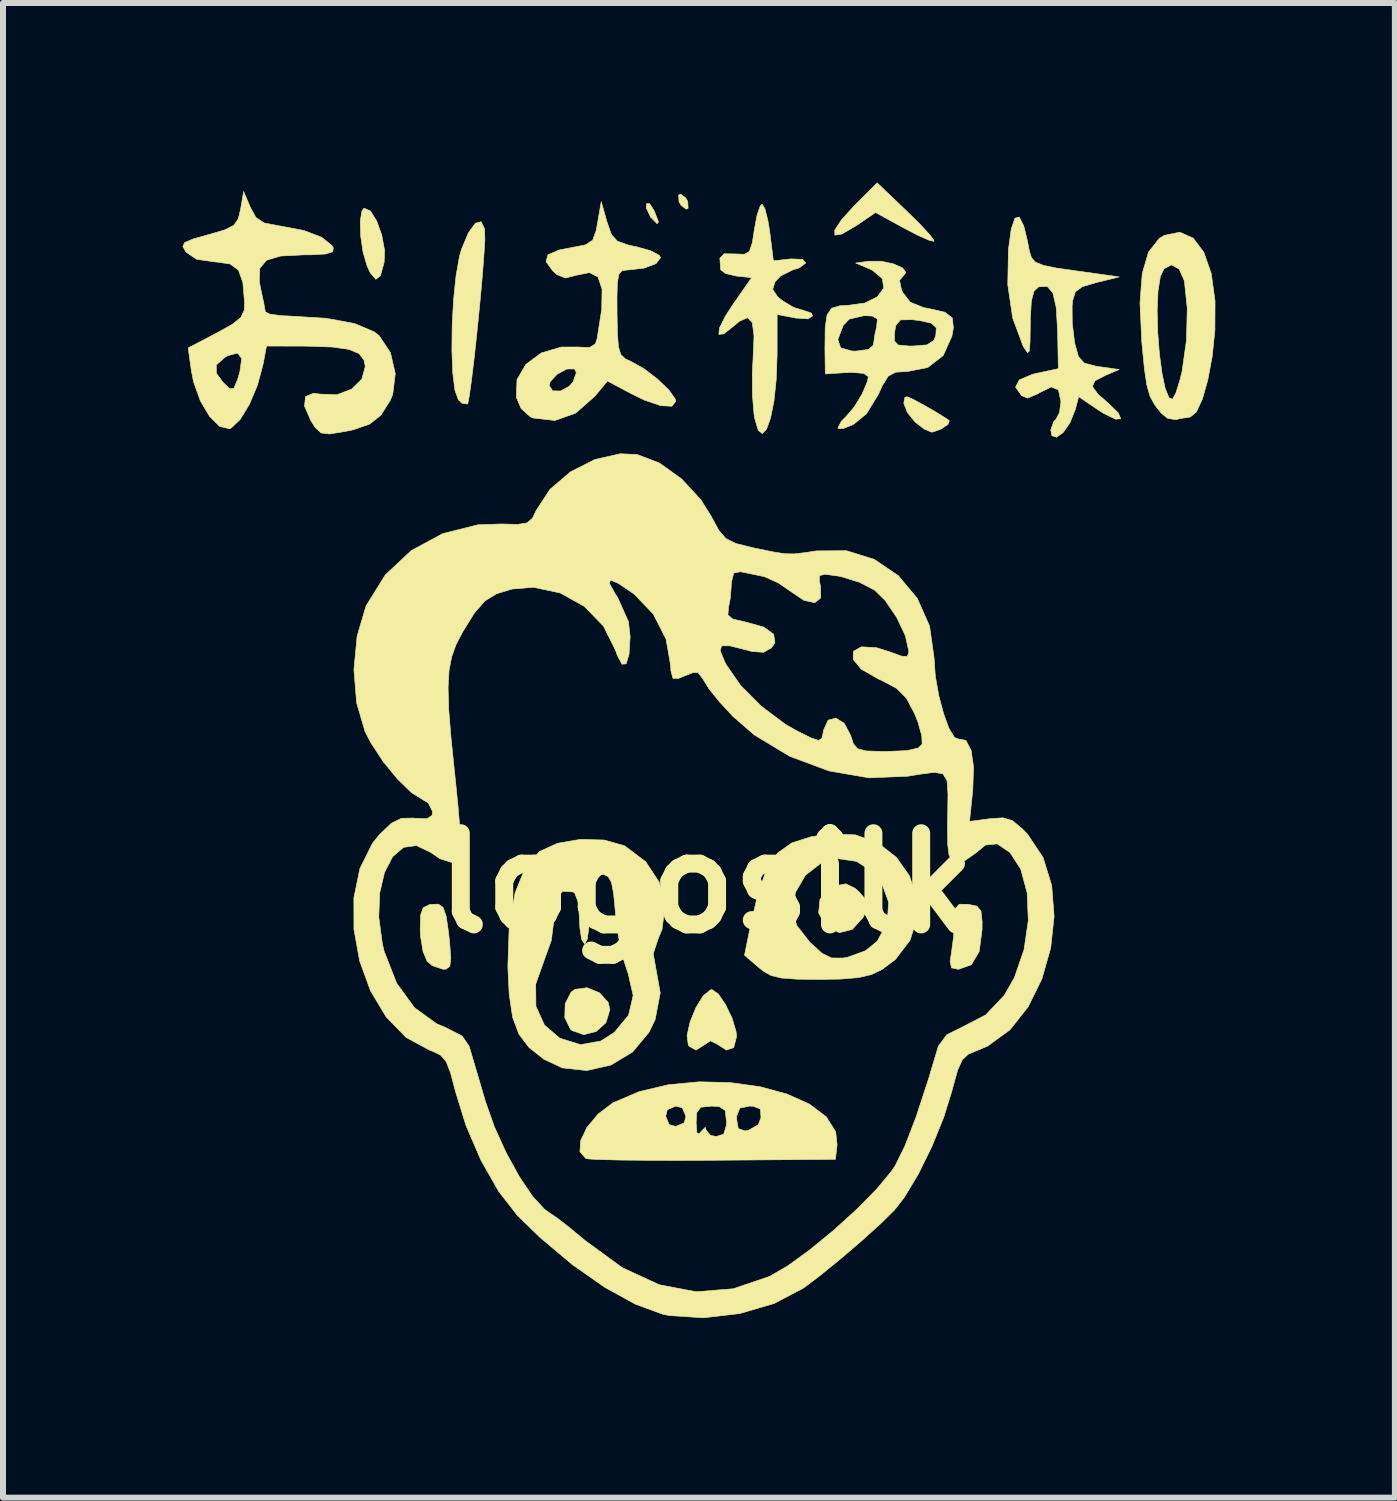
<source format=kicad_pcb>
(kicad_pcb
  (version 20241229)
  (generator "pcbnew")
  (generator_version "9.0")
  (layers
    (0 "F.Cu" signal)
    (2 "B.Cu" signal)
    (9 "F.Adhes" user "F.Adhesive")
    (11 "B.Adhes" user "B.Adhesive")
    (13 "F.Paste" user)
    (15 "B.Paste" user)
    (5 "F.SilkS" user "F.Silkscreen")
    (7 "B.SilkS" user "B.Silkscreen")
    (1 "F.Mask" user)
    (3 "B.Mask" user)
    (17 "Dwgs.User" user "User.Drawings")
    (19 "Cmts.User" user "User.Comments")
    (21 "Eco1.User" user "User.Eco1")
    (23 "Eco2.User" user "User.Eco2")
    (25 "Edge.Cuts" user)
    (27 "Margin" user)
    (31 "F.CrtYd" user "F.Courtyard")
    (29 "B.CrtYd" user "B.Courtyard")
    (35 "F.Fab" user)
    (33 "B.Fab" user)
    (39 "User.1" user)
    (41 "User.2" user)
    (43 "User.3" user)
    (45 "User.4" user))
  (footprint "logosilk"
    (layer "F.Cu")
    (at 8.75 11.707)
    (property "Reference" "logosilk" (at 0 0 0) (layer "F.SilkS") (effects (font (size 1.524 1.524) (thickness 0.3))))
    (attr through_hole)
    (fp_poly (pts (xy -0.34 -11.447) (xy -0.308 -11.388) (xy -0.302 -11.278) (xy -0.332 -11.261) (xy -0.422 -11.328) (xy -0.454 -11.388) (xy -0.46 -11.497) (xy -0.43 -11.515) (xy -0.34 -11.447)) (stroke (width 0.01) (type solid)) (fill yes) (layer "F.SilkS"))
    (fp_poly (pts (xy -0.869 -11.235) (xy -0.866 -11.228) (xy -0.798 -11.052) (xy -0.819 -11.018) (xy -0.928 -11.129) (xy -0.929 -11.131) (xy -1.001 -11.281) (xy -1 -11.352) (xy -0.948 -11.357) (xy -0.869 -11.235)) (stroke (width 0.01) (type solid)) (fill yes) (layer "F.SilkS"))
    (fp_poly (pts (xy -1.783 1.832) (xy -1.638 1.992) (xy -1.609 2.113) (xy -1.675 2.33) (xy -1.839 2.479) (xy -2.046 2.531) (xy -2.243 2.462) (xy -2.269 2.438) (xy -2.363 2.246) (xy -2.356 2.014) (xy -2.258 1.822) (xy -2.196 1.775) (xy -1.991 1.747) (xy -1.783 1.832)) (stroke (width 0.01) (type solid)) (fill yes) (layer "F.SilkS"))
    (fp_poly (pts (xy -5.61 -11.231) (xy -5.506 -11.066) (xy -5.422 -10.832) (xy -5.375 -10.58) (xy -5.381 -10.376) (xy -5.444 -10.149) (xy -5.52 -10.09) (xy -5.613 -10.198) (xy -5.666 -10.313) (xy -5.734 -10.546) (xy -5.773 -10.813) (xy -5.78 -11.06) (xy -5.753 -11.232) (xy -5.715 -11.278) (xy -5.61 -11.231)) (stroke (width 0.01) (type solid)) (fill yes) (layer "F.SilkS"))
    (fp_poly (pts (xy 2.49 0.087) (xy 2.562 0.154) (xy 2.686 0.299) (xy 2.695 0.422) (xy 2.621 0.573) (xy 2.441 0.772) (xy 2.225 0.827) (xy 2.013 0.73) (xy 1.996 0.714) (xy 1.879 0.498) (xy 1.901 0.272) (xy 2.048 0.093) (xy 2.14 0.048) (xy 2.334 0.011) (xy 2.49 0.087)) (stroke (width 0.01) (type solid)) (fill yes) (layer "F.SilkS"))
    (fp_poly (pts (xy 3.448 -8.089) (xy 3.626 -7.994) (xy 3.83 -7.877) (xy 4.001 -7.771) (xy 4.062 -7.728) (xy 4.04 -7.667) (xy 3.929 -7.59) (xy 3.794 -7.54) (xy 3.762 -7.537) (xy 3.641 -7.589) (xy 3.487 -7.708) (xy 3.362 -7.865) (xy 3.301 -8.02) (xy 3.32 -8.117) (xy 3.356 -8.128) (xy 3.448 -8.089)) (stroke (width 0.01) (type solid)) (fill yes) (layer "F.SilkS"))
    (fp_poly (pts (xy 3.35 -11.23) (xy 3.575 -11.009) (xy 3.736 -10.834) (xy 3.806 -10.735) (xy 3.806 -10.725) (xy 3.718 -10.745) (xy 3.527 -10.83) (xy 3.299 -10.949) (xy 2.83 -11.206) (xy 2.495 -10.979) (xy 2.266 -10.846) (xy 2.15 -10.828) (xy 2.148 -10.911) (xy 2.26 -11.084) (xy 2.476 -11.322) (xy 2.856 -11.702) (xy 3.35 -11.23)) (stroke (width 0.01) (type solid)) (fill yes) (layer "F.SilkS"))
    (fp_poly (pts (xy 4.381 0.354) (xy 4.523 0.384) (xy 4.591 0.464) (xy 4.61 0.641) (xy 4.609 0.776) (xy 4.562 1.141) (xy 4.43 1.363) (xy 4.216 1.439) (xy 4.212 1.439) (xy 4.099 1.415) (xy 4.075 1.309) (xy 4.096 1.175) (xy 4.134 0.891) (xy 4.149 0.619) (xy 4.162 0.424) (xy 4.229 0.352) (xy 4.381 0.354)) (stroke (width 0.01) (type solid)) (fill yes) (layer "F.SilkS"))
    (fp_poly (pts (xy -4.396 0.406) (xy -4.345 0.551) (xy -4.306 0.818) (xy -4.287 0.995) (xy -4.267 1.255) (xy -4.284 1.389) (xy -4.347 1.436) (xy -4.396 1.439) (xy -4.577 1.378) (xy -4.663 1.305) (xy -4.731 1.142) (xy -4.773 0.889) (xy -4.779 0.776) (xy -4.772 0.532) (xy -4.728 0.409) (xy -4.628 0.36) (xy -4.593 0.354) (xy -4.473 0.351) (xy -4.396 0.406)) (stroke (width 0.01) (type solid)) (fill yes) (layer "F.SilkS"))
    (fp_poly (pts (xy 0.201 1.85) (xy 0.323 2.028) (xy 0.433 2.257) (xy 0.499 2.479) (xy 0.508 2.561) (xy 0.46 2.747) (xy 0.337 2.789) (xy 0.186 2.692) (xy 0.071 2.634) (xy -0.017 2.692) (xy -0.17 2.789) (xy -0.286 2.725) (xy -0.299 2.705) (xy -0.32 2.546) (xy -0.269 2.318) (xy -0.17 2.076) (xy -0.047 1.878) (xy 0.076 1.781) (xy 0.096 1.778) (xy 0.201 1.85)) (stroke (width 0.01) (type solid)) (fill yes) (layer "F.SilkS"))
    (fp_poly (pts (xy -3.704 -10.935) (xy -3.698 -10.753) (xy -3.718 -10.438) (xy -3.749 -10.048) (xy -3.789 -9.617) (xy -3.833 -9.179) (xy -3.878 -8.766) (xy -3.921 -8.412) (xy -3.957 -8.151) (xy -3.983 -8.016) (xy -3.988 -8.006) (xy -4.076 -8.017) (xy -4.141 -8.076) (xy -4.198 -8.235) (xy -4.234 -8.522) (xy -4.249 -8.897) (xy -4.245 -9.32) (xy -4.221 -9.75) (xy -4.18 -10.149) (xy -4.122 -10.475) (xy -4.091 -10.586) (xy -3.972 -10.87) (xy -3.856 -11.028) (xy -3.761 -11.052) (xy -3.704 -10.935)) (stroke (width 0.01) (type solid)) (fill yes) (layer "F.SilkS"))
    (fp_poly (pts (xy 2.495 -0.807) (xy 2.876 -0.668) (xy 3.18 -0.43) (xy 3.396 -0.122) (xy 3.512 0.229) (xy 3.519 0.597) (xy 3.406 0.955) (xy 3.161 1.275) (xy 2.938 1.443) (xy 2.762 1.527) (xy 2.543 1.578) (xy 2.238 1.603) (xy 1.889 1.608) (xy 1.51 1.604) (xy 1.256 1.585) (xy 1.085 1.543) (xy 0.953 1.469) (xy 0.875 1.406) (xy 0.64 1.204) (xy 0.75 0.665) (xy 0.796 0.47) (xy 1.439 0.47) (xy 1.515 0.71) (xy 1.731 0.986) (xy 1.738 0.993) (xy 1.936 1.173) (xy 2.094 1.25) (xy 2.28 1.251) (xy 2.352 1.241) (xy 2.661 1.129) (xy 2.857 0.972) (xy 3.026 0.66) (xy 3.048 0.315) (xy 2.927 -0.017) (xy 2.801 -0.176) (xy 2.513 -0.364) (xy 2.204 -0.409) (xy 1.907 -0.326) (xy 1.658 -0.133) (xy 1.491 0.154) (xy 1.439 0.47) (xy 0.796 0.47) (xy 0.874 0.141) (xy 1.014 -0.24) (xy 1.192 -0.503) (xy 1.43 -0.673) (xy 1.751 -0.775) (xy 2.046 -0.822) (xy 2.495 -0.807)) (stroke (width 0.01) (type solid)) (fill yes) (layer "F.SilkS"))
    (fp_poly (pts (xy 8.137 -10.778) (xy 8.314 -10.543) (xy 8.439 -10.187) (xy 8.502 -9.727) (xy 8.5 -9.24) (xy 8.455 -8.805) (xy 8.382 -8.411) (xy 8.291 -8.089) (xy 8.189 -7.871) (xy 8.087 -7.789) (xy 8.086 -7.789) (xy 7.902 -7.76) (xy 7.854 -7.744) (xy 7.713 -7.766) (xy 7.606 -7.85) (xy 7.494 -7.992) (xy 7.416 -8.136) (xy 7.363 -8.32) (xy 7.323 -8.586) (xy 7.285 -8.975) (xy 7.278 -9.049) (xy 7.254 -9.57) (xy 7.535 -9.57) (xy 7.544 -9.212) (xy 7.572 -8.852) (xy 7.615 -8.525) (xy 7.669 -8.266) (xy 7.733 -8.111) (xy 7.792 -8.087) (xy 7.847 -8.188) (xy 7.914 -8.399) (xy 7.952 -8.556) (xy 8.025 -9.073) (xy 8.038 -9.607) (xy 7.99 -10.065) (xy 7.903 -10.261) (xy 7.774 -10.331) (xy 7.649 -10.267) (xy 7.589 -10.139) (xy 7.549 -9.891) (xy 7.535 -9.57) (xy 7.254 -9.57) (xy 7.248 -9.693) (xy 7.286 -10.188) (xy 7.391 -10.545) (xy 7.568 -10.771) (xy 7.656 -10.825) (xy 7.914 -10.877) (xy 8.137 -10.778)) (stroke (width 0.01) (type solid)) (fill yes) (layer "F.SilkS"))
    (fp_poly (pts (xy 0.981 -11.269) (xy 1.031 -11.072) (xy 1.063 -10.872) (xy 1.122 -10.398) (xy 1.409 -10.431) (xy 1.611 -10.424) (xy 1.663 -10.363) (xy 1.56 -10.283) (xy 1.441 -10.245) (xy 1.245 -10.147) (xy 1.151 -10.049) (xy 1.111 -9.921) (xy 1.192 -9.8) (xy 1.27 -9.735) (xy 1.466 -9.617) (xy 1.63 -9.569) (xy 1.756 -9.526) (xy 1.778 -9.479) (xy 1.703 -9.429) (xy 1.496 -9.443) (xy 1.482 -9.446) (xy 1.185 -9.502) (xy 1.185 -8.836) (xy 1.17 -8.415) (xy 1.132 -8.055) (xy 1.075 -7.773) (xy 1.008 -7.586) (xy 0.938 -7.512) (xy 0.869 -7.567) (xy 0.81 -7.769) (xy 0.799 -7.839) (xy 0.773 -8.147) (xy 0.771 -8.522) (xy 0.783 -8.762) (xy 0.799 -9.143) (xy 0.77 -9.368) (xy 0.691 -9.448) (xy 0.556 -9.39) (xy 0.47 -9.318) (xy 0.295 -9.179) (xy 0.211 -9.169) (xy 0.221 -9.274) (xy 0.323 -9.48) (xy 0.45 -9.674) (xy 0.76 -10.118) (xy 0.507 -10.144) (xy 0.324 -10.186) (xy 0.241 -10.25) (xy 0.228 -10.443) (xy 0.299 -10.517) (xy 0.478 -10.514) (xy 0.636 -10.508) (xy 0.722 -10.555) (xy 0.77 -10.698) (xy 0.804 -10.917) (xy 0.849 -11.159) (xy 0.903 -11.315) (xy 0.933 -11.345) (xy 0.981 -11.269)) (stroke (width 0.01) (type solid)) (fill yes) (layer "F.SilkS"))
    (fp_poly (pts (xy 0.402 3.332) (xy 0.898 3.401) (xy 1.348 3.523) (xy 1.726 3.692) (xy 2.006 3.904) (xy 2.164 4.154) (xy 2.187 4.372) (xy 2.159 4.614) (xy 0.127 4.63) (xy -0.447 4.632) (xy -0.967 4.631) (xy -1.408 4.627) (xy -1.745 4.619) (xy -1.955 4.609) (xy -2.011 4.601) (xy -2.11 4.487) (xy -2.098 4.301) (xy -1.991 4.079) (xy -1.837 3.895) (xy -0.677 3.895) (xy -0.617 4.036) (xy -0.508 4.064) (xy -0.366 4.004) (xy -0.366 4) (xy -0.168 4) (xy -0.156 4.171) (xy -0.116 4.19) (xy -0.085 4.149) (xy -0.016 4.08) (xy -0.001 4.128) (xy 0.071 4.213) (xy 0.169 4.233) (xy 0.293 4.193) (xy 0.337 4.045) (xy 0.339 3.979) (xy 0.334 3.943) (xy 0.508 3.943) (xy 0.536 4.101) (xy 0.647 4.139) (xy 0.699 4.133) (xy 0.87 4.037) (xy 0.916 3.916) (xy 0.905 3.774) (xy 0.784 3.727) (xy 0.726 3.725) (xy 0.562 3.758) (xy 0.51 3.889) (xy 0.508 3.943) (xy 0.334 3.943) (xy 0.318 3.799) (xy 0.219 3.733) (xy 0.085 3.725) (xy -0.09 3.744) (xy -0.158 3.834) (xy -0.168 4) (xy -0.366 4) (xy -0.339 3.895) (xy -0.399 3.753) (xy -0.508 3.725) (xy -0.65 3.785) (xy -0.677 3.895) (xy -1.837 3.895) (xy -1.807 3.858) (xy -1.564 3.675) (xy -1.553 3.668) (xy -1.119 3.483) (xy -0.632 3.368) (xy -0.117 3.319) (xy 0.402 3.332)) (stroke (width 0.01) (type solid)) (fill yes) (layer "F.SilkS"))
    (fp_poly (pts (xy -1.706 -0.721) (xy -1.371 -0.627) (xy -1.356 -0.619) (xy -1.01 -0.357) (xy -0.783 -0.013) (xy -0.688 0.375) (xy -0.738 0.772) (xy -0.804 0.931) (xy -0.885 1.179) (xy -0.846 1.398) (xy -0.768 1.834) (xy -0.853 2.278) (xy -0.954 2.489) (xy -1.231 2.822) (xy -1.592 3.039) (xy -1.997 3.131) (xy -2.405 3.086) (xy -2.713 2.942) (xy -2.96 2.746) (xy -3.129 2.524) (xy -3.235 2.239) (xy -3.292 1.855) (xy -3.3 1.688) (xy -2.849 1.688) (xy -2.845 2.058) (xy -2.702 2.372) (xy -2.446 2.591) (xy -2.1 2.698) (xy -1.762 2.638) (xy -1.537 2.495) (xy -1.297 2.207) (xy -1.22 1.878) (xy -1.306 1.502) (xy -1.319 1.469) (xy -1.399 1.217) (xy -1.469 0.872) (xy -1.515 0.508) (xy -1.546 0.182) (xy -1.582 -0.012) (xy -1.638 -0.11) (xy -1.726 -0.149) (xy -1.757 -0.154) (xy -1.856 -0.158) (xy -1.913 -0.111) (xy -1.939 0.021) (xy -1.947 0.273) (xy -1.947 0.417) (xy -1.958 0.724) (xy -1.988 0.936) (xy -2.031 1.016) (xy -2.032 1.016) (xy -2.081 0.94) (xy -2.111 0.746) (xy -2.117 0.6) (xy -2.138 0.32) (xy -2.197 0.165) (xy -2.223 0.147) (xy -2.399 0.135) (xy -2.502 0.259) (xy -2.539 0.53) (xy -2.54 0.582) (xy -2.589 0.96) (xy -2.709 1.292) (xy -2.849 1.688) (xy -3.3 1.688) (xy -3.314 1.394) (xy -3.291 0.715) (xy -3.193 0.161) (xy -3.023 -0.257) (xy -2.789 -0.527) (xy -2.487 -0.666) (xy -2.102 -0.732) (xy -1.706 -0.721)) (stroke (width 0.01) (type solid)) (fill yes) (layer "F.SilkS"))
    (fp_poly (pts (xy 5.305 -10.985) (xy 5.368 -10.73) (xy 5.399 -10.566) (xy 5.434 -10.452) (xy 5.502 -10.376) (xy 5.632 -10.323) (xy 5.853 -10.278) (xy 6.195 -10.229) (xy 6.477 -10.19) (xy 6.9 -10.13) (xy 6.519 -10.036) (xy 6.284 -9.966) (xy 6.168 -9.881) (xy 6.123 -9.734) (xy 6.114 -9.648) (xy 6.116 -9.363) (xy 6.153 -9.052) (xy 6.159 -9.017) (xy 6.22 -8.797) (xy 6.318 -8.689) (xy 6.511 -8.639) (xy 6.565 -8.63) (xy 6.9 -8.583) (xy 6.668 -8.484) (xy 6.494 -8.393) (xy 6.453 -8.299) (xy 6.547 -8.169) (xy 6.709 -8.029) (xy 6.887 -7.855) (xy 6.926 -7.76) (xy 6.84 -7.753) (xy 6.643 -7.848) (xy 6.548 -7.909) (xy 6.224 -8.129) (xy 6.166 -7.912) (xy 6.079 -7.694) (xy 5.966 -7.532) (xy 5.855 -7.452) (xy 5.777 -7.476) (xy 5.757 -7.573) (xy 5.809 -7.717) (xy 5.842 -7.747) (xy 5.903 -7.861) (xy 5.927 -8.048) (xy 5.886 -8.243) (xy 5.764 -8.291) (xy 5.559 -8.19) (xy 5.541 -8.177) (xy 5.37 -8.105) (xy 5.271 -8.145) (xy 5.169 -8.289) (xy 5.233 -8.41) (xy 5.459 -8.505) (xy 5.524 -8.52) (xy 5.884 -8.597) (xy 5.872 -9.217) (xy 5.849 -9.615) (xy 5.793 -9.861) (xy 5.698 -9.972) (xy 5.556 -9.964) (xy 5.551 -9.962) (xy 5.476 -9.89) (xy 5.433 -9.725) (xy 5.416 -9.433) (xy 5.415 -9.337) (xy 5.411 -9.04) (xy 5.398 -8.889) (xy 5.369 -8.864) (xy 5.315 -8.942) (xy 5.291 -8.986) (xy 5.121 -9.443) (xy 5.039 -10.002) (xy 5.05 -10.587) (xy 5.097 -10.93) (xy 5.159 -11.112) (xy 5.23 -11.131) (xy 5.305 -10.985)) (stroke (width 0.01) (type solid)) (fill yes) (layer "F.SilkS"))
    (fp_poly (pts (xy -1.658 -11.049) (xy -1.585 -10.84) (xy -1.484 -10.727) (xy -1.297 -10.661) (xy -1.162 -10.633) (xy -0.929 -10.568) (xy -0.785 -10.491) (xy -0.762 -10.452) (xy -0.839 -10.352) (xy -1.037 -10.277) (xy -1.31 -10.246) (xy -1.32 -10.246) (xy -1.406 -10.234) (xy -1.458 -10.177) (xy -1.484 -10.042) (xy -1.491 -9.796) (xy -1.49 -9.527) (xy -1.483 -9.177) (xy -1.466 -8.959) (xy -1.427 -8.833) (xy -1.353 -8.762) (xy -1.245 -8.711) (xy -1.033 -8.591) (xy -0.81 -8.42) (xy -0.622 -8.239) (xy -0.517 -8.09) (xy -0.508 -8.052) (xy -0.574 -7.969) (xy -0.757 -7.978) (xy -1.033 -8.072) (xy -1.243 -8.174) (xy -1.649 -8.39) (xy -1.862 -8.135) (xy -2.181 -7.854) (xy -2.528 -7.731) (xy -2.888 -7.772) (xy -2.934 -7.789) (xy -3.092 -7.93) (xy -3.173 -8.119) (xy -3.165 -8.319) (xy -2.625 -8.319) (xy -2.567 -8.226) (xy -2.433 -8.224) (xy -2.287 -8.304) (xy -2.223 -8.378) (xy -2.17 -8.531) (xy -2.2 -8.593) (xy -2.331 -8.591) (xy -2.492 -8.503) (xy -2.607 -8.379) (xy -2.625 -8.319) (xy -3.165 -8.319) (xy -3.161 -8.415) (xy -3.012 -8.67) (xy -2.755 -8.86) (xy -2.423 -8.958) (xy -2.158 -8.959) (xy -1.95 -8.951) (xy -1.853 -9.01) (xy -1.823 -9.097) (xy -1.746 -9.585) (xy -1.74 -9.926) (xy -1.808 -10.129) (xy -1.952 -10.202) (xy -2.156 -10.161) (xy -2.352 -10.112) (xy -2.494 -10.168) (xy -2.565 -10.232) (xy -2.677 -10.388) (xy -2.642 -10.501) (xy -2.453 -10.581) (xy -2.251 -10.62) (xy -2.018 -10.665) (xy -1.898 -10.742) (xy -1.839 -10.901) (xy -1.815 -11.032) (xy -1.754 -11.388) (xy -1.658 -11.049)) (stroke (width 0.01) (type solid)) (fill yes) (layer "F.SilkS"))
    (fp_poly (pts (xy 3.126 -10.349) (xy 3.279 -10.282) (xy 3.337 -10.206) (xy 3.304 -10.161) (xy 3.23 -10.073) (xy 3.26 -9.925) (xy 3.283 -9.871) (xy 3.41 -9.707) (xy 3.634 -9.617) (xy 3.725 -9.6) (xy 3.988 -9.54) (xy 4.112 -9.446) (xy 4.13 -9.279) (xy 4.105 -9.138) (xy 3.96 -8.816) (xy 3.701 -8.616) (xy 3.368 -8.551) (xy 3.165 -8.538) (xy 3.041 -8.472) (xy 2.941 -8.31) (xy 2.881 -8.175) (xy 2.679 -7.844) (xy 2.46 -7.665) (xy 2.29 -7.596) (xy 2.204 -7.598) (xy 2.201 -7.607) (xy 2.259 -7.719) (xy 2.334 -7.794) (xy 2.472 -7.954) (xy 2.606 -8.176) (xy 2.695 -8.385) (xy 2.709 -8.464) (xy 2.633 -8.518) (xy 2.429 -8.535) (xy 2.349 -8.532) (xy 1.99 -8.509) (xy 1.984 -8.932) (xy 1.986 -9.084) (xy 2.2 -9.084) (xy 2.246 -8.946) (xy 2.433 -8.892) (xy 2.498 -8.89) (xy 2.71 -8.918) (xy 2.795 -8.991) (xy 2.795 -8.996) (xy 2.803 -9.058) (xy 3.145 -9.058) (xy 3.21 -8.992) (xy 3.389 -8.975) (xy 3.456 -8.975) (xy 3.687 -8.994) (xy 3.802 -9.068) (xy 3.836 -9.149) (xy 3.845 -9.28) (xy 3.763 -9.357) (xy 3.559 -9.402) (xy 3.429 -9.416) (xy 3.246 -9.412) (xy 3.169 -9.322) (xy 3.148 -9.207) (xy 3.145 -9.058) (xy 2.803 -9.058) (xy 2.817 -9.159) (xy 2.847 -9.292) (xy 2.861 -9.425) (xy 2.777 -9.476) (xy 2.638 -9.483) (xy 2.39 -9.425) (xy 2.289 -9.319) (xy 2.2 -9.084) (xy 1.986 -9.084) (xy 1.988 -9.283) (xy 2.02 -9.497) (xy 2.097 -9.608) (xy 2.236 -9.648) (xy 2.344 -9.652) (xy 2.649 -9.693) (xy 2.862 -9.799) (xy 2.966 -9.943) (xy 2.944 -10.099) (xy 2.78 -10.24) (xy 2.731 -10.263) (xy 2.498 -10.362) (xy 2.714 -10.392) (xy 2.923 -10.392) (xy 3.126 -10.349)) (stroke (width 0.01) (type solid)) (fill yes) (layer "F.SilkS"))
    (fp_poly (pts (xy -7.617 -11.292) (xy -7.523 -11.122) (xy -7.387 -11.032) (xy -7.148 -10.985) (xy -7.114 -10.98) (xy -6.724 -10.906) (xy -6.425 -10.792) (xy -6.251 -10.652) (xy -6.23 -10.614) (xy -6.242 -10.55) (xy -6.359 -10.513) (xy -6.608 -10.499) (xy -6.728 -10.499) (xy -7.111 -10.479) (xy -7.348 -10.408) (xy -7.46 -10.27) (xy -7.467 -10.049) (xy -7.444 -9.93) (xy -7.396 -9.708) (xy -7.369 -9.562) (xy -7.368 -9.546) (xy -7.291 -9.508) (xy -7.097 -9.482) (xy -6.964 -9.476) (xy -6.351 -9.439) (xy -5.876 -9.351) (xy -5.549 -9.213) (xy -5.467 -9.15) (xy -5.276 -8.865) (xy -5.195 -8.514) (xy -5.238 -8.166) (xy -5.28 -8.066) (xy -5.435 -7.82) (xy -5.624 -7.67) (xy -5.901 -7.575) (xy -6.049 -7.545) (xy -6.294 -7.506) (xy -6.435 -7.523) (xy -6.533 -7.614) (xy -6.604 -7.725) (xy -6.712 -7.971) (xy -6.695 -8.13) (xy -6.56 -8.187) (xy -6.453 -8.172) (xy -6.17 -8.161) (xy -5.925 -8.255) (xy -5.754 -8.423) (xy -5.696 -8.635) (xy -5.719 -8.743) (xy -5.802 -8.85) (xy -5.971 -8.92) (xy -6.252 -8.959) (xy -6.672 -8.973) (xy -6.743 -8.974) (xy -7.347 -8.975) (xy -7.406 -8.663) (xy -7.498 -8.321) (xy -7.633 -8.001) (xy -7.787 -7.748) (xy -7.936 -7.606) (xy -7.967 -7.593) (xy -8.129 -7.631) (xy -8.298 -7.799) (xy -8.452 -8.059) (xy -8.565 -8.374) (xy -8.602 -8.56) (xy -8.616 -8.658) (xy -8.187 -8.658) (xy -8.184 -8.518) (xy -8.072 -8.367) (xy -7.962 -8.261) (xy -7.893 -8.268) (xy -7.832 -8.409) (xy -7.793 -8.539) (xy -7.761 -8.765) (xy -7.83 -8.858) (xy -7.995 -8.814) (xy -8.04 -8.788) (xy -8.187 -8.658) (xy -8.616 -8.658) (xy -8.655 -8.944) (xy -8.18 -9.192) (xy -7.917 -9.339) (xy -7.775 -9.453) (xy -7.719 -9.573) (xy -7.713 -9.694) (xy -7.742 -10.036) (xy -7.815 -10.243) (xy -7.957 -10.347) (xy -8.191 -10.38) (xy -8.209 -10.381) (xy -8.515 -10.425) (xy -8.691 -10.545) (xy -8.694 -10.548) (xy -8.745 -10.639) (xy -8.716 -10.703) (xy -8.578 -10.763) (xy -8.321 -10.835) (xy -8.046 -10.915) (xy -7.893 -10.992) (xy -7.818 -11.101) (xy -7.78 -11.261) (xy -7.729 -11.557) (xy -7.617 -11.292)) (stroke (width 0.01) (type solid)) (fill yes) (layer "F.SilkS"))
    (fp_poly (pts (xy -1.153 -7.162) (xy -0.781 -7.02) (xy -0.411 -6.755) (xy -0.09 -6.407) (xy 0.082 -6.133) (xy 0.211 -5.895) (xy 0.33 -5.757) (xy 0.498 -5.675) (xy 0.771 -5.607) (xy 0.804 -5.6) (xy 1.108 -5.537) (xy 1.309 -5.505) (xy 1.472 -5.502) (xy 1.661 -5.524) (xy 1.841 -5.552) (xy 2.345 -5.555) (xy 2.809 -5.41) (xy 3.21 -5.138) (xy 3.526 -4.76) (xy 3.732 -4.297) (xy 3.807 -3.77) (xy 3.807 -3.768) (xy 3.828 -3.464) (xy 3.885 -3.139) (xy 3.966 -2.833) (xy 4.057 -2.584) (xy 4.149 -2.434) (xy 4.211 -2.41) (xy 4.339 -2.386) (xy 4.427 -2.219) (xy 4.467 -1.936) (xy 4.454 -1.561) (xy 4.4 -1.032) (xy 4.74 -1.077) (xy 4.96 -1.092) (xy 5.119 -1.044) (xy 5.287 -0.903) (xy 5.371 -0.816) (xy 5.628 -0.43) (xy 5.773 0.038) (xy 5.813 0.554) (xy 5.756 1.085) (xy 5.609 1.6) (xy 5.379 2.067) (xy 5.075 2.451) (xy 4.703 2.722) (xy 4.534 2.793) (xy 4.38 2.857) (xy 4.278 2.953) (xy 4.201 3.125) (xy 4.12 3.415) (xy 4.111 3.454) (xy 3.969 3.912) (xy 3.772 4.398) (xy 3.545 4.86) (xy 3.312 5.248) (xy 3.146 5.461) (xy 2.916 5.688) (xy 2.599 5.975) (xy 2.245 6.278) (xy 1.902 6.557) (xy 1.622 6.768) (xy 1.135 7.023) (xy 0.557 7.192) (xy -0.048 7.262) (xy -0.62 7.224) (xy -0.73 7.201) (xy -1.181 7.036) (xy -1.695 6.753) (xy -2.239 6.372) (xy -2.782 5.915) (xy -3.156 5.55) (xy -3.468 5.149) (xy -3.763 4.631) (xy -4.014 4.048) (xy -4.187 3.489) (xy -4.27 3.174) (xy -4.344 2.983) (xy -4.434 2.876) (xy -4.567 2.81) (xy -4.617 2.793) (xy -5.014 2.578) (xy -5.347 2.236) (xy -5.609 1.799) (xy -5.791 1.299) (xy -5.886 0.77) (xy -5.886 0.57) (xy -5.471 0.57) (xy -5.411 1.015) (xy -5.38 1.142) (xy -5.172 1.672) (xy -4.875 2.08) (xy -4.502 2.351) (xy -4.36 2.409) (xy -4.079 2.553) (xy -3.962 2.722) (xy -3.912 2.892) (xy -3.828 3.174) (xy -3.727 3.517) (xy -3.688 3.651) (xy -3.537 4.077) (xy -3.341 4.507) (xy -3.122 4.905) (xy -2.901 5.233) (xy -2.699 5.452) (xy -2.626 5.503) (xy -2.487 5.598) (xy -2.268 5.768) (xy -2.02 5.974) (xy -1.4 6.426) (xy -0.784 6.71) (xy -0.168 6.827) (xy 0.452 6.777) (xy 1.058 6.571) (xy 1.363 6.394) (xy 1.732 6.126) (xy 2.128 5.801) (xy 2.513 5.452) (xy 2.847 5.113) (xy 3.093 4.817) (xy 3.162 4.713) (xy 3.324 4.383) (xy 3.507 3.906) (xy 3.714 3.275) (xy 3.879 2.722) (xy 4.022 2.531) (xy 4.263 2.412) (xy 4.671 2.201) (xy 4.983 1.872) (xy 5.15 1.577) (xy 5.311 1.11) (xy 5.382 0.625) (xy 5.363 0.163) (xy 5.256 -0.234) (xy 5.076 -0.512) (xy 4.864 -0.657) (xy 4.666 -0.637) (xy 4.498 -0.5) (xy 4.327 -0.38) (xy 4.178 -0.355) (xy 4.102 -0.388) (xy 4.057 -0.472) (xy 4.036 -0.641) (xy 4.032 -0.93) (xy 4.035 -1.124) (xy 4.04 -1.49) (xy 4.024 -1.715) (xy 3.957 -1.826) (xy 3.812 -1.852) (xy 3.561 -1.819) (xy 3.368 -1.787) (xy 2.721 -1.76) (xy 2.051 -1.876) (xy 1.398 -2.119) (xy 0.805 -2.476) (xy 0.444 -2.789) (xy 0.221 -3.031) (xy 0.046 -3.248) (xy -0.045 -3.395) (xy -0.047 -3.401) (xy -0.138 -3.52) (xy -0.219 -3.52) (xy -0.41 -3.443) (xy -0.466 -3.42) (xy -0.557 -3.424) (xy -0.591 -3.557) (xy -0.593 -3.63) (xy -0.636 -3.881) (xy 0.234 -3.881) (xy 0.311 -3.696) (xy 0.331 -3.656) (xy 0.573 -3.306) (xy 0.922 -2.955) (xy 1.325 -2.653) (xy 1.517 -2.544) (xy 1.754 -2.426) (xy 1.88 -2.385) (xy 1.935 -2.424) (xy 1.96 -2.543) (xy 1.963 -2.561) (xy 2.037 -2.724) (xy 2.167 -2.758) (xy 2.306 -2.672) (xy 2.409 -2.477) (xy 2.461 -2.327) (xy 2.532 -2.245) (xy 2.67 -2.21) (xy 2.917 -2.201) (xy 3.026 -2.201) (xy 3.356 -2.215) (xy 3.543 -2.259) (xy 3.608 -2.322) (xy 3.602 -2.465) (xy 3.537 -2.695) (xy 3.48 -2.837) (xy 3.345 -3.091) (xy 3.181 -3.256) (xy 2.923 -3.392) (xy 2.881 -3.41) (xy 2.592 -3.575) (xy 2.456 -3.739) (xy 2.459 -3.874) (xy 2.593 -3.949) (xy 2.844 -3.935) (xy 3.053 -3.87) (xy 3.262 -3.794) (xy 3.358 -3.786) (xy 3.384 -3.848) (xy 3.385 -3.88) (xy 3.327 -4.137) (xy 3.183 -4.44) (xy 2.993 -4.721) (xy 2.816 -4.895) (xy 2.562 -5.027) (xy 2.261 -5.121) (xy 2.209 -5.131) (xy 1.988 -5.161) (xy 1.895 -5.141) (xy 1.89 -5.05) (xy 1.909 -4.965) (xy 1.914 -4.767) (xy 1.814 -4.686) (xy 1.633 -4.726) (xy 1.434 -4.86) (xy 1.205 -5.017) (xy 0.979 -5.119) (xy 0.946 -5.127) (xy 0.717 -5.175) (xy 0.572 -5.204) (xy 0.459 -5.182) (xy 0.423 -5.033) (xy 0.422 -5.009) (xy 0.402 -4.76) (xy 0.372 -4.602) (xy 0.363 -4.482) (xy 0.444 -4.413) (xy 0.655 -4.364) (xy 0.665 -4.362) (xy 0.962 -4.279) (xy 1.128 -4.158) (xy 1.148 -4.016) (xy 1.091 -3.933) (xy 0.96 -3.858) (xy 0.767 -3.871) (xy 0.675 -3.895) (xy 0.396 -3.966) (xy 0.256 -3.966) (xy 0.234 -3.881) (xy -0.636 -3.881) (xy -0.671 -4.078) (xy -0.884 -4.497) (xy -1.201 -4.827) (xy -1.211 -4.835) (xy -1.466 -5.008) (xy -1.6 -5.066) (xy -1.617 -5.009) (xy -1.521 -4.835) (xy -1.479 -4.772) (xy -1.299 -4.369) (xy -1.271 -4.116) (xy -1.29 -3.82) (xy -1.338 -3.665) (xy -1.407 -3.659) (xy -1.487 -3.811) (xy -1.509 -3.878) (xy -1.715 -4.294) (xy -2.037 -4.625) (xy -2.439 -4.849) (xy -2.885 -4.944) (xy -3.241 -4.915) (xy -3.501 -4.837) (xy -3.696 -4.717) (xy -3.871 -4.518) (xy -4.068 -4.201) (xy -4.071 -4.195) (xy -4.178 -3.991) (xy -4.252 -3.786) (xy -4.297 -3.553) (xy -4.313 -3.266) (xy -4.302 -2.897) (xy -4.263 -2.419) (xy -4.2 -1.805) (xy -4.187 -1.687) (xy -4.144 -1.254) (xy -4.114 -0.88) (xy -4.099 -0.598) (xy -4.102 -0.44) (xy -4.108 -0.421) (xy -4.242 -0.343) (xy -4.452 -0.41) (xy -4.603 -0.514) (xy -4.843 -0.629) (xy -5.059 -0.598) (xy -5.24 -0.441) (xy -5.375 -0.179) (xy -5.456 0.165) (xy -5.471 0.57) (xy -5.886 0.57) (xy -5.887 0.244) (xy -5.786 -0.246) (xy -5.575 -0.669) (xy -5.457 -0.814) (xy -5.259 -1.002) (xy -5.095 -1.083) (xy -4.899 -1.088) (xy -4.871 -1.085) (xy -4.666 -1.077) (xy -4.582 -1.131) (xy -4.572 -1.197) (xy -4.643 -1.34) (xy -4.735 -1.395) (xy -4.925 -1.513) (xy -5.157 -1.739) (xy -5.395 -2.029) (xy -5.601 -2.342) (xy -5.699 -2.53) (xy -5.841 -3.013) (xy -5.886 -3.567) (xy -5.833 -4.128) (xy -5.685 -4.628) (xy -5.68 -4.639) (xy -5.362 -5.151) (xy -4.928 -5.557) (xy -4.403 -5.841) (xy -3.815 -5.988) (xy -3.421 -6.002) (xy -3.148 -5.995) (xy -2.992 -6.02) (xy -2.904 -6.097) (xy -2.839 -6.23) (xy -2.611 -6.58) (xy -2.269 -6.872) (xy -1.861 -7.079) (xy -1.437 -7.175) (xy -1.153 -7.162)) (stroke (width 0.01) (type solid)) (fill yes) (layer "F.SilkS")))
  (gr_rect
    (start -3 -3)
    (end 20.257 21.974)
    (stroke (width 0.1) (type default))
    (fill no)
    (layer "Edge.Cuts")))
</source>
